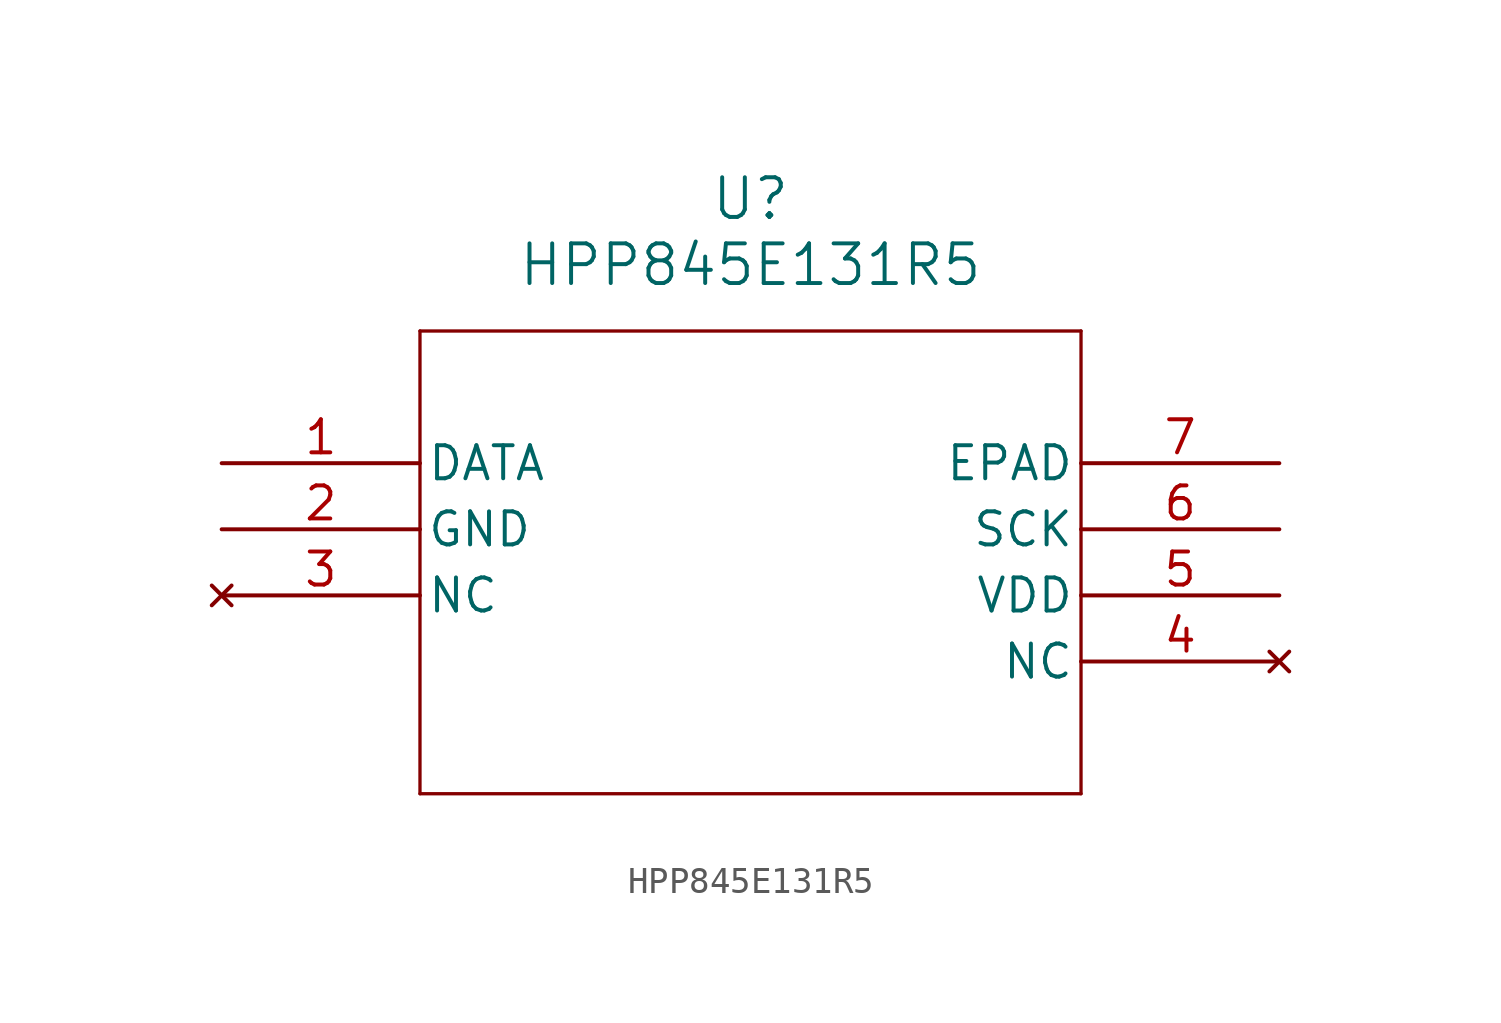
<source format=kicad_sym>
(kicad_symbol_lib
  (version 20211014)
  (generator kicad_symbol_editor)
  (symbol "HPP845E131R5"
    (pin_names
      (offset 0.254))
    (property "Reference" "U"
      (at 20.32 10.16 0)
      (effects (font (size 1.524 1.524))))
    (property "Value" "HPP845E131R5"
      (at 20.32 7.62 0)
      (effects (font (size 1.524 1.524))))
    (symbol "HPP845E131R5_0_1"
      (polyline (pts (xy 7.62 5.08) (xy 7.62 -12.7)) (stroke (width 0.127) (type default) (color 0 0 0 0)) (fill (type none)))
      (polyline (pts (xy 7.62 -12.7) (xy 33.02 -12.7)) (stroke (width 0.127) (type default) (color 0 0 0 0)) (fill (type none)))
      (polyline (pts (xy 33.02 -12.7) (xy 33.02 5.08)) (stroke (width 0.127) (type default) (color 0 0 0 0)) (fill (type none)))
      (polyline (pts (xy 33.02 5.08) (xy 7.62 5.08)) (stroke (width 0.127) (type default) (color 0 0 0 0)) (fill (type none)))
      (pin unspecified line (at 0 0 0) (length 7.62) (name "DATA" (effects (font (size 1.27 1.27)))) (number "1" (effects (font (size 1.27 1.27)))))
      (pin power_out line (at 0 -2.54 0) (length 7.62) (name "GND" (effects (font (size 1.27 1.27)))) (number "2" (effects (font (size 1.27 1.27)))))
      (pin no_connect line (at 0 -5.08 0) (length 7.62) (name "NC" (effects (font (size 1.27 1.27)))) (number "3" (effects (font (size 1.27 1.27)))))
      (pin no_connect line (at 40.64 -7.62 180) (length 7.62) (name "NC" (effects (font (size 1.27 1.27)))) (number "4" (effects (font (size 1.27 1.27)))))
      (pin power_in line (at 40.64 -5.08 180) (length 7.62) (name "VDD" (effects (font (size 1.27 1.27)))) (number "5" (effects (font (size 1.27 1.27)))))
      (pin unspecified line (at 40.64 -2.54 180) (length 7.62) (name "SCK" (effects (font (size 1.27 1.27)))) (number "6" (effects (font (size 1.27 1.27)))))
      (pin unspecified line (at 40.64 0 180) (length 7.62) (name "EPAD" (effects (font (size 1.27 1.27)))) (number "7" (effects (font (size 1.27 1.27))))))))
</source>
